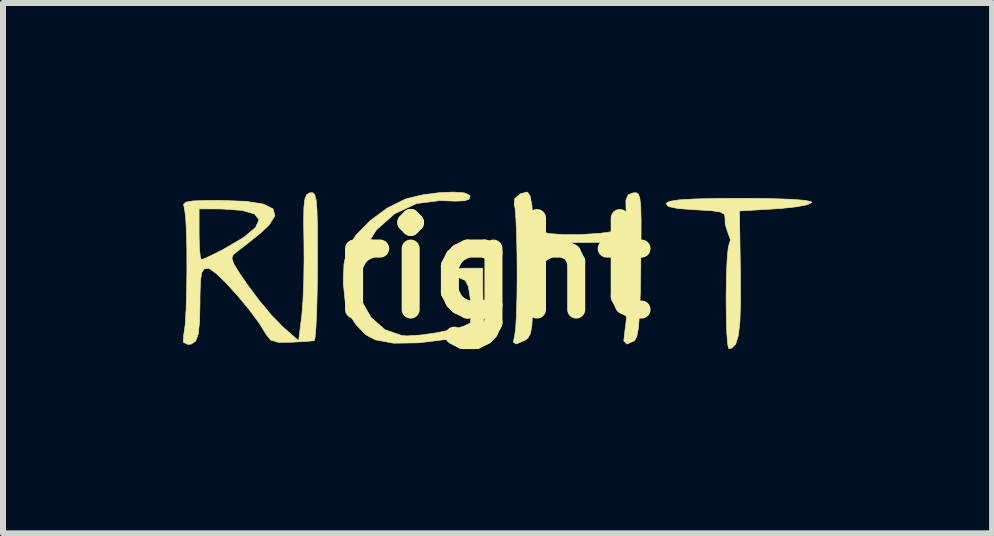
<source format=kicad_pcb>
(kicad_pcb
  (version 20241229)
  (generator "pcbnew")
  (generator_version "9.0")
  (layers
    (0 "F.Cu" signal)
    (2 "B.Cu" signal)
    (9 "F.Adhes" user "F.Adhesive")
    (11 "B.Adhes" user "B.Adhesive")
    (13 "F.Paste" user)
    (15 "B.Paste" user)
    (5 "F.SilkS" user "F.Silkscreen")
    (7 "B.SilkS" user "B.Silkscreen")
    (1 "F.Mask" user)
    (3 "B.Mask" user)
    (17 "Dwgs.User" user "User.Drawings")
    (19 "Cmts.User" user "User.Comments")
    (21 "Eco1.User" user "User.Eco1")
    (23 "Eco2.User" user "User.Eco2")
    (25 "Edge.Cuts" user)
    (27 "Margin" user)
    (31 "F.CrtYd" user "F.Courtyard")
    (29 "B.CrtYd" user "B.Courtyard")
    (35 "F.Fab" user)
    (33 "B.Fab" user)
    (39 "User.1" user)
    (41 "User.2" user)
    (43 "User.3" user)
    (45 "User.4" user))
  (footprint "right"
    (layer "F.Cu")
    (at 5.135 1.418)
    (property "Reference" "right" (at 0 0 0) (layer "F.SilkS") (effects (font (size 1.524 1.524) (thickness 0.3))))
    (attr through_hole)
    (fp_poly (pts (xy 4.631 -1.16) (xy 4.993 -1.148) (xy 5.229 -1.13) (xy 5.334 -1.104) (xy 5.339 -1.094) (xy 5.263 -1.057) (xy 5.08 -1.022) (xy 4.825 -0.995) (xy 4.726 -0.988) (xy 4.135 -0.953) (xy 4.151 0.097) (xy 4.153 0.56) (xy 4.142 0.899) (xy 4.115 1.129) (xy 4.071 1.268) (xy 4.005 1.332) (xy 3.957 1.341) (xy 3.94 1.274) (xy 3.925 1.094) (xy 3.916 0.826) (xy 3.913 0.497) (xy 3.913 0.459) (xy 3.918 0.125) (xy 3.93 -0.152) (xy 3.948 -0.343) (xy 3.969 -0.422) (xy 3.971 -0.423) (xy 3.986 -0.475) (xy 3.951 -0.565) (xy 3.897 -0.733) (xy 3.895 -0.83) (xy 3.888 -0.894) (xy 3.821 -0.934) (xy 3.667 -0.958) (xy 3.4 -0.973) (xy 3.399 -0.973) (xy 3.111 -0.994) (xy 2.951 -1.027) (xy 2.911 -1.076) (xy 2.911 -1.079) (xy 2.968 -1.112) (xy 3.121 -1.137) (xy 3.381 -1.153) (xy 3.762 -1.162) (xy 4.151 -1.164) (xy 4.631 -1.16)) (stroke (width 0.01) (type solid)) (fill yes) (layer "F.SilkS"))
    (fp_poly (pts (xy -0.447 -1.254) (xy -0.356 -1.213) (xy -0.353 -1.199) (xy -0.371 -1.149) (xy -0.445 -1.123) (xy -0.603 -1.117) (xy -0.856 -1.126) (xy -1.247 -1.077) (xy -1.608 -0.908) (xy -1.912 -0.64) (xy -2.13 -0.295) (xy -2.193 -0.117) (xy -2.229 0.226) (xy -2.159 0.549) (xy -2.001 0.824) (xy -1.771 1.025) (xy -1.488 1.123) (xy -1.4 1.129) (xy -1.174 1.114) (xy -0.915 1.077) (xy -0.664 1.026) (xy -0.463 0.969) (xy -0.354 0.916) (xy -0.349 0.91) (xy -0.334 0.809) (xy -0.339 0.622) (xy -0.349 0.513) (xy -0.381 0.307) (xy -0.433 0.204) (xy -0.529 0.162) (xy -0.583 0.154) (xy -0.72 0.119) (xy -0.736 0.071) (xy -0.649 0.026) (xy -0.475 0.001) (xy -0.42 0) (xy -0.142 0) (xy -0.141 0.37) (xy -0.137 0.62) (xy -0.128 0.837) (xy -0.123 0.913) (xy -0.123 1) (xy -0.163 1.058) (xy -0.271 1.102) (xy -0.472 1.144) (xy -0.67 1.177) (xy -1.208 1.244) (xy -1.626 1.25) (xy -1.93 1.194) (xy -2.09 1.11) (xy -2.251 0.944) (xy -2.365 0.773) (xy -2.436 0.542) (xy -2.466 0.239) (xy -2.454 -0.07) (xy -2.4 -0.315) (xy -2.256 -0.549) (xy -2.02 -0.79) (xy -1.734 -1.001) (xy -1.44 -1.147) (xy -1.386 -1.165) (xy -1.137 -1.223) (xy -0.873 -1.257) (xy -0.631 -1.268) (xy -0.447 -1.254)) (stroke (width 0.01) (type solid)) (fill yes) (layer "F.SilkS"))
    (fp_poly (pts (xy 0.646 -1.206) (xy 0.677 -1.049) (xy 0.682 -0.976) (xy 0.722 -0.736) (xy 0.82 -0.612) (xy 0.964 -0.576) (xy 1.205 -0.559) (xy 1.501 -0.56) (xy 1.807 -0.581) (xy 2.033 -0.611) (xy 2.181 -0.647) (xy 2.244 -0.714) (xy 2.252 -0.859) (xy 2.246 -0.944) (xy 2.243 -1.133) (xy 2.281 -1.224) (xy 2.365 -1.255) (xy 2.415 -1.257) (xy 2.452 -1.232) (xy 2.476 -1.161) (xy 2.49 -1.025) (xy 2.496 -0.805) (xy 2.495 -0.481) (xy 2.491 -0.062) (xy 2.483 0.413) (xy 2.47 0.762) (xy 2.451 1.001) (xy 2.423 1.144) (xy 2.387 1.208) (xy 2.386 1.209) (xy 2.258 1.265) (xy 2.208 1.21) (xy 2.227 1.041) (xy 2.247 0.886) (xy 2.26 0.65) (xy 2.267 0.373) (xy 2.266 0.09) (xy 2.259 -0.159) (xy 2.245 -0.338) (xy 2.228 -0.406) (xy 2.149 -0.418) (xy 1.965 -0.426) (xy 1.714 -0.429) (xy 1.431 -0.428) (xy 1.155 -0.423) (xy 0.92 -0.415) (xy 0.765 -0.403) (xy 0.723 -0.393) (xy 0.71 -0.315) (xy 0.7 -0.126) (xy 0.694 0.143) (xy 0.692 0.384) (xy 0.689 0.723) (xy 0.677 0.948) (xy 0.653 1.086) (xy 0.612 1.163) (xy 0.562 1.201) (xy 0.417 1.263) (xy 0.368 1.233) (xy 0.39 1.124) (xy 0.407 0.998) (xy 0.42 0.769) (xy 0.428 0.469) (xy 0.431 0.128) (xy 0.429 -0.22) (xy 0.422 -0.546) (xy 0.411 -0.818) (xy 0.396 -1.004) (xy 0.381 -1.069) (xy 0.392 -1.16) (xy 0.489 -1.241) (xy 0.6 -1.269) (xy 0.646 -1.206)) (stroke (width 0.01) (type solid)) (fill yes) (layer "F.SilkS"))
    (fp_poly (pts (xy -2.971 -1.255) (xy -2.939 -1.219) (xy -2.917 -1.129) (xy -2.904 -0.966) (xy -2.897 -0.713) (xy -2.896 -0.349) (xy -2.896 -0.041) (xy -2.9 0.361) (xy -2.909 0.709) (xy -2.921 0.981) (xy -2.936 1.155) (xy -2.95 1.208) (xy -3.044 1.217) (xy -3.227 1.228) (xy -3.336 1.234) (xy -3.552 1.235) (xy -3.675 1.198) (xy -3.748 1.108) (xy -3.751 1.102) (xy -3.867 0.915) (xy -4.033 0.692) (xy -4.224 0.461) (xy -4.415 0.251) (xy -4.582 0.09) (xy -4.698 0.006) (xy -4.722 0) (xy -4.787 0.015) (xy -4.826 0.08) (xy -4.846 0.221) (xy -4.853 0.468) (xy -4.853 0.561) (xy -4.86 0.888) (xy -4.882 1.098) (xy -4.925 1.215) (xy -4.997 1.264) (xy -5.057 1.27) (xy -5.13 1.235) (xy -5.125 1.109) (xy -5.12 1.088) (xy -5.099 0.935) (xy -5.084 0.683) (xy -5.075 0.367) (xy -5.071 0.02) (xy -5.072 -0.324) (xy -5.078 -0.564) (xy -4.868 -0.564) (xy -4.863 -0.341) (xy -4.848 -0.188) (xy -4.831 -0.141) (xy -4.752 -0.171) (xy -4.591 -0.249) (xy -4.46 -0.316) (xy -4.126 -0.512) (xy -3.929 -0.676) (xy -3.868 -0.806) (xy -3.943 -0.903) (xy -4.153 -0.963) (xy -4.5 -0.987) (xy -4.533 -0.987) (xy -4.868 -0.988) (xy -4.868 -0.564) (xy -5.078 -0.564) (xy -5.08 -0.631) (xy -5.093 -0.867) (xy -5.113 -1) (xy -5.115 -1.005) (xy -5.127 -1.064) (xy -5.088 -1.1) (xy -4.975 -1.12) (xy -4.763 -1.128) (xy -4.518 -1.129) (xy -4.09 -1.114) (xy -3.797 -1.068) (xy -3.637 -0.989) (xy -3.605 -0.874) (xy -3.7 -0.721) (xy -3.84 -0.589) (xy -4.027 -0.438) (xy -4.194 -0.308) (xy -4.229 -0.282) (xy -4.299 -0.225) (xy -4.322 -0.164) (xy -4.29 -0.07) (xy -4.193 0.086) (xy -4.058 0.282) (xy -3.864 0.542) (xy -3.657 0.789) (xy -3.481 0.971) (xy -3.475 0.976) (xy -3.21 1.21) (xy -3.158 0.799) (xy -3.138 0.554) (xy -3.124 0.219) (xy -3.119 -0.158) (xy -3.121 -0.423) (xy -3.126 -0.774) (xy -3.122 -1.009) (xy -3.106 -1.151) (xy -3.075 -1.225) (xy -3.025 -1.255) (xy -3.015 -1.257) (xy -2.971 -1.255)) (stroke (width 0.01) (type solid)) (fill yes) (layer "F.SilkS")))
  (gr_rect
    (start -3 -3)
    (end 13.479 5.836)
    (stroke (width 0.1) (type default))
    (fill no)
    (layer "Edge.Cuts")))
</source>
